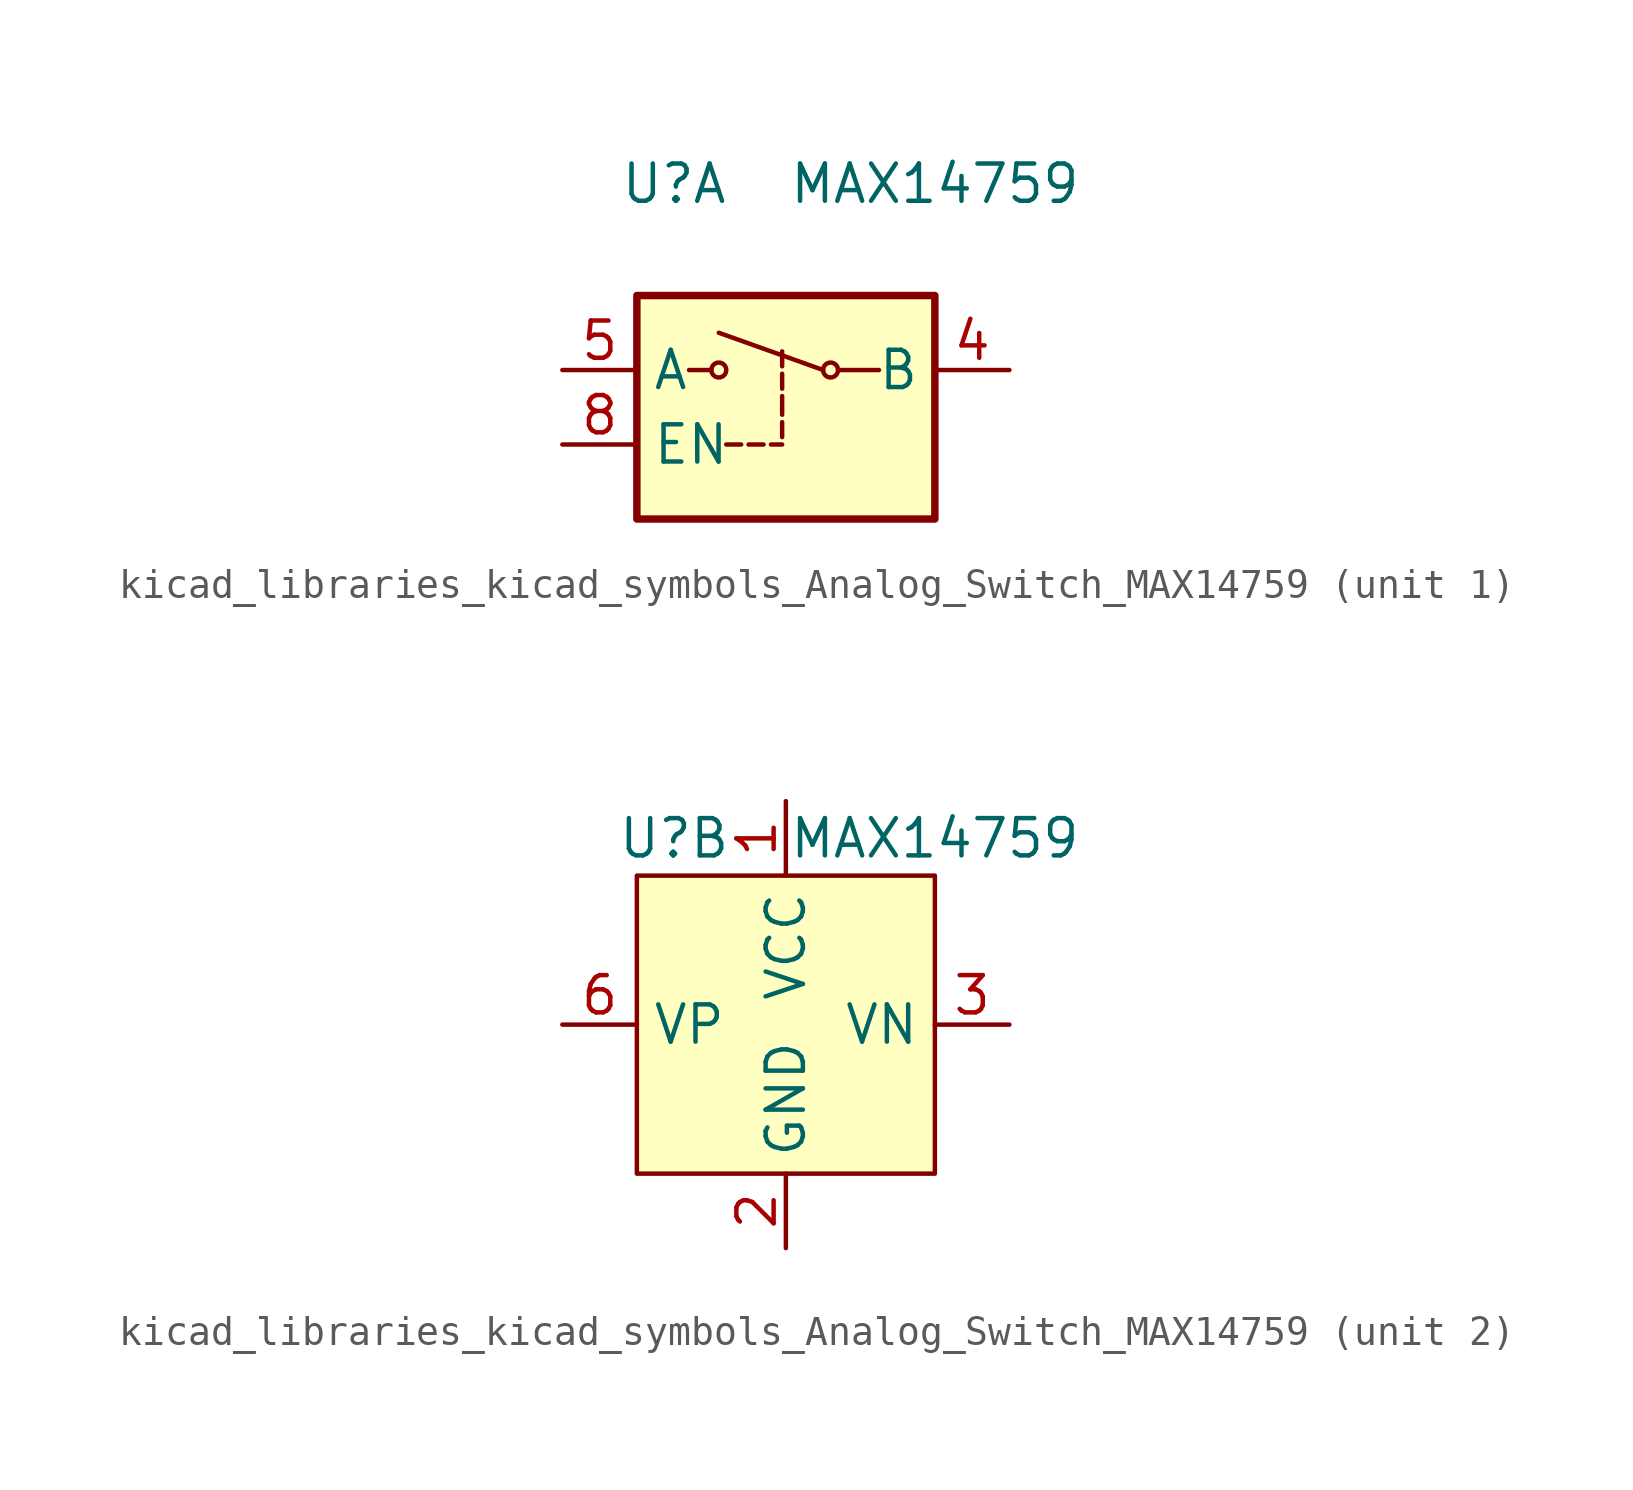
<source format=kicad_sym>
(kicad_symbol_lib
  (version 20220914)
  (generator kicad_symbol_editor)
  (symbol "kicad_libraries_kicad_symbols_Analog_Switch_MAX14759"
    (property "Reference" "U"
      (at -3.81 6.35 0)
      (effects (font (size 1.27 1.27))))
    (property "Value" "MAX14759"
      (at 5.08 6.35 0)
      (effects (font (size 1.27 1.27))))
    (property "ki_locked" ""
      (at 0 0 0)
      (effects (font (size 1.27 1.27))))
    (symbol "kicad_libraries_kicad_symbols_Analog_Switch_MAX14759_1_1"
      (rectangle (start -5.08 -5.08) (end 5.08 2.54) (stroke (width 0.254) (type default)) (fill (type background)))
      (circle (center -2.286 0) (radius 0.254) (stroke (width 0) (type default)) (fill (type none)))
      (polyline (pts (xy -3.302 0) (xy -2.54 0)) (stroke (width 0) (type default)) (fill (type none)))
      (polyline (pts (xy -2.032 -2.54) (xy -1.524 -2.54)) (stroke (width 0) (type default)) (fill (type none)))
      (polyline (pts (xy -1.27 -2.54) (xy -0.762 -2.54)) (stroke (width 0) (type default)) (fill (type none)))
      (polyline (pts (xy -0.508 -2.54) (xy -0.127 -2.54)) (stroke (width 0) (type default)) (fill (type none)))
      (polyline (pts (xy -0.127 -2.286) (xy -0.127 -1.778)) (stroke (width 0) (type default)) (fill (type none)))
      (polyline (pts (xy -0.127 -1.524) (xy -0.127 -0.889)) (stroke (width 0) (type default)) (fill (type none)))
      (polyline (pts (xy -0.127 -0.635) (xy -0.127 -0.127)) (stroke (width 0) (type default)) (fill (type none)))
      (polyline (pts (xy -0.127 0.127) (xy -0.127 0.635)) (stroke (width 0) (type default)) (fill (type none)))
      (polyline (pts (xy 1.27 0) (xy -2.286 1.27)) (stroke (width 0) (type default)) (fill (type none)))
      (polyline (pts (xy 3.175 0) (xy 1.778 0)) (stroke (width 0) (type default)) (fill (type none)))
      (circle (center 1.524 0) (radius 0.254) (stroke (width 0) (type default)) (fill (type none)))
      (pin passive line (at 7.62 0 180) (length 2.54) (name "B" (effects (font (size 1.27 1.27)))) (number "4" (effects (font (size 1.27 1.27)))))
      (pin passive line (at -7.62 0 0) (length 2.54) (name "A" (effects (font (size 1.27 1.27)))) (number "5" (effects (font (size 1.27 1.27)))))
      (pin input line (at -7.62 -2.54 0) (length 2.54) (name "EN" (effects (font (size 1.27 1.27)))) (number "8" (effects (font (size 1.27 1.27))))))
    (symbol "kicad_libraries_kicad_symbols_Analog_Switch_MAX14759_2_1"
      (rectangle (start -5.08 5.08) (end 5.08 -5.08) (stroke (width 0) (type default)) (fill (type background)))
      (pin power_in line (at 0 7.62 270) (length 2.54) (name "VCC" (effects (font (size 1.27 1.27)))) (number "1" (effects (font (size 1.27 1.27)))))
      (pin power_in line (at 0 -7.62 90) (length 2.54) (name "GND" (effects (font (size 1.27 1.27)))) (number "2" (effects (font (size 1.27 1.27)))))
      (pin passive line (at 7.62 0 180) (length 2.54) (name "VN" (effects (font (size 1.27 1.27)))) (number "3" (effects (font (size 1.27 1.27)))))
      (pin passive line (at -7.62 0 0) (length 2.54) (name "VP" (effects (font (size 1.27 1.27)))) (number "6" (effects (font (size 1.27 1.27)))))
      (pin no_connect line (at -2.54 2.54 180) (length 2.54) hide (name "NC" (effects (font (size 1.27 1.27)))) (number "7" (effects (font (size 1.27 1.27)))))
      (pin passive line (at 7.62 0 180) (length 2.54) hide (name "VN" (effects (font (size 1.27 1.27)))) (number "9" (effects (font (size 1.27 1.27))))))))
</source>
